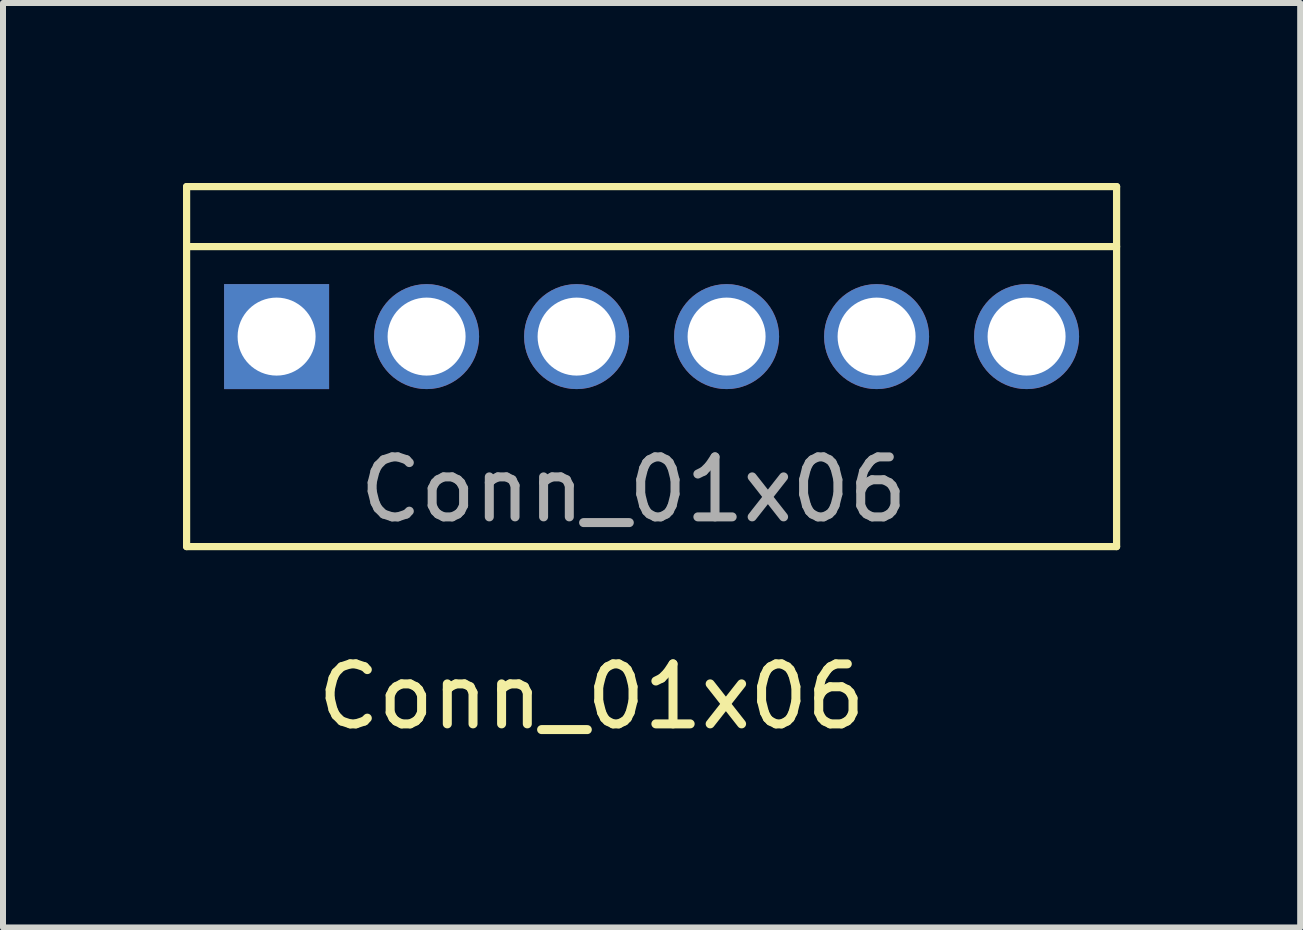
<source format=kicad_pcb>
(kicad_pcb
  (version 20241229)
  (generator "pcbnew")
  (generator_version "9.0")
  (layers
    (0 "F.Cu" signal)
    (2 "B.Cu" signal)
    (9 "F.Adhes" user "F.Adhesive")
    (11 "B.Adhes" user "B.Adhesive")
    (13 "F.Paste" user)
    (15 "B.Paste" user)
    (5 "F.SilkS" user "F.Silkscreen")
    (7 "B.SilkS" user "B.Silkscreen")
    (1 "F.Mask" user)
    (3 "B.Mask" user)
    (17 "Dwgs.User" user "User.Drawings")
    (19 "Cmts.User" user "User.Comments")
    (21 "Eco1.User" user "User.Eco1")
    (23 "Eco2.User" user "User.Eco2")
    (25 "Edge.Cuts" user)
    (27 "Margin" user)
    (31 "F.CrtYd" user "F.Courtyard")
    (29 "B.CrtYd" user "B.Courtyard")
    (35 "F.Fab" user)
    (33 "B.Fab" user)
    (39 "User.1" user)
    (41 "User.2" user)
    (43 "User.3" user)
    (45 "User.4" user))
  (footprint "Conn_01x06"
    (layer "F.Cu")
    (at 1.56 2.56)
    (property "Reference" "Conn_01x06" (at 5.25 6 0) (layer "F.SilkS") (effects (font (size 1 1) (thickness 0.15))))
    (attr through_hole)
    (fp_line (start -1.5 -2.5) (end -1.5 3.5) (stroke (width 0.12) (type solid)) (layer "F.SilkS"))
    (fp_line (start -1.5 -1.5) (end 14 -1.5) (stroke (width 0.12) (type solid)) (layer "F.SilkS"))
    (fp_line (start -1.5 3.5) (end 14 3.5) (stroke (width 0.12) (type solid)) (layer "F.SilkS"))
    (fp_line (start 14 -2.5) (end -1.5 -2.5) (stroke (width 0.12) (type solid)) (layer "F.SilkS"))
    (fp_line (start 14 -2.5) (end 14 3.5) (stroke (width 0.12) (type solid)) (layer "F.SilkS"))
    (fp_text user "${REFERENCE}" (at 5.95 2.55 0) (layer "F.Fab") (effects (font (size 1 1) (thickness 0.15))))
    (pad "1" thru_hole rect (at 0 0) (size 1.75 1.75) (drill 1.3) (layers "*.Cu" "*.Mask"))
    (pad "2" thru_hole circle (at 2.5 0) (size 1.75 1.75) (drill 1.3) (layers "*.Cu" "*.Mask"))
    (pad "3" thru_hole circle (at 5 0) (size 1.75 1.75) (drill 1.3) (layers "*.Cu" "*.Mask"))
    (pad "4" thru_hole circle (at 7.5 0) (size 1.75 1.75) (drill 1.3) (layers "*.Cu" "*.Mask"))
    (pad "5" thru_hole circle (at 10 0) (size 1.75 1.75) (drill 1.3) (layers "*.Cu" "*.Mask"))
    (pad "6" thru_hole circle (at 12.5 0) (size 1.75 1.75) (drill 1.3) (layers "*.Cu" "*.Mask")))
  (gr_rect
    (start -3 -3)
    (end 18.62 12.408)
    (stroke (width 0.1) (type default))
    (fill no)
    (layer "Edge.Cuts")))
</source>
